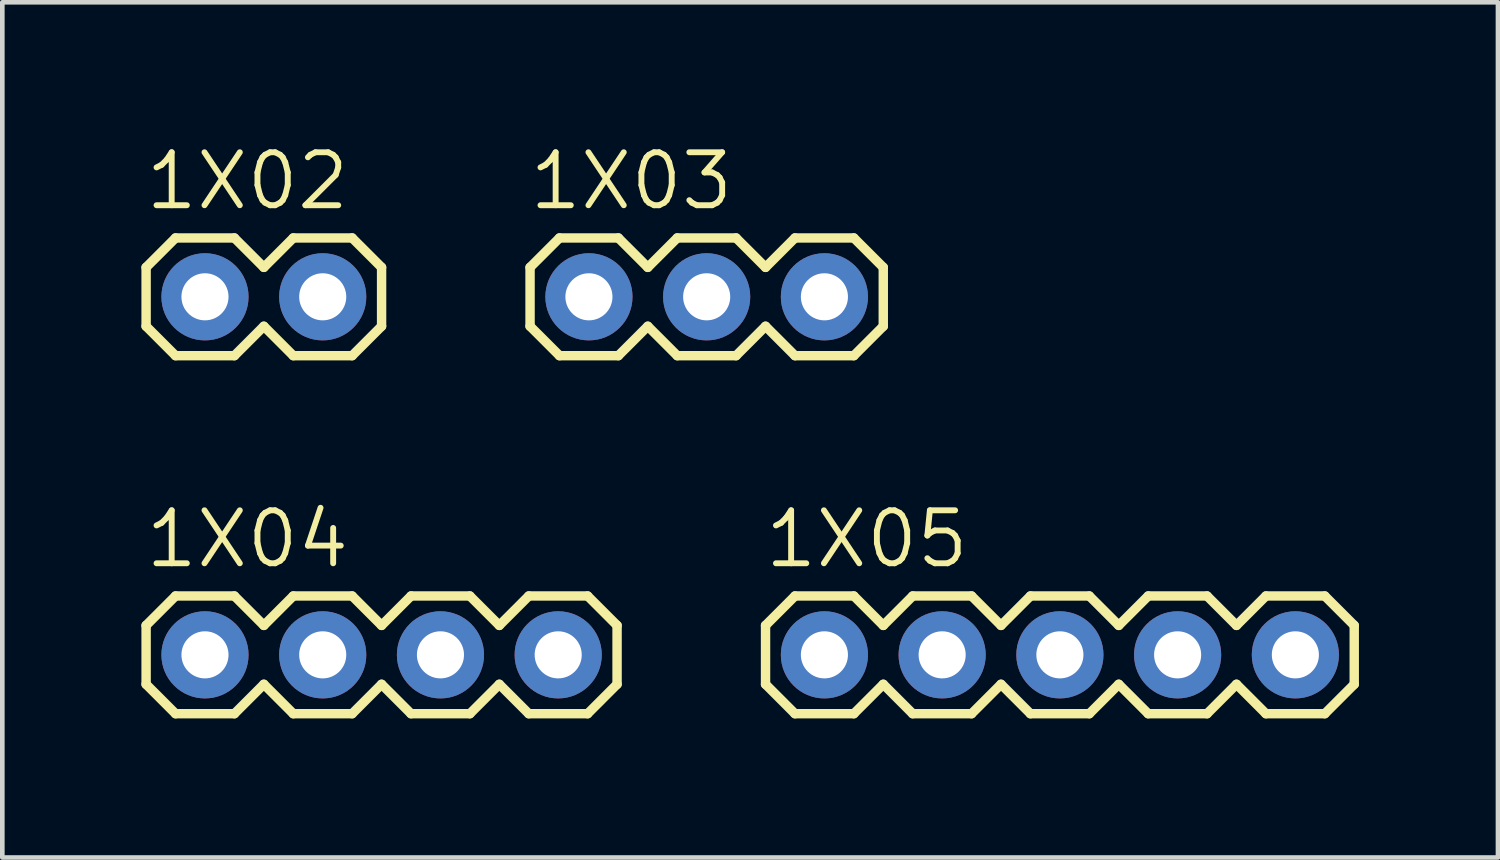
<source format=kicad_pcb>
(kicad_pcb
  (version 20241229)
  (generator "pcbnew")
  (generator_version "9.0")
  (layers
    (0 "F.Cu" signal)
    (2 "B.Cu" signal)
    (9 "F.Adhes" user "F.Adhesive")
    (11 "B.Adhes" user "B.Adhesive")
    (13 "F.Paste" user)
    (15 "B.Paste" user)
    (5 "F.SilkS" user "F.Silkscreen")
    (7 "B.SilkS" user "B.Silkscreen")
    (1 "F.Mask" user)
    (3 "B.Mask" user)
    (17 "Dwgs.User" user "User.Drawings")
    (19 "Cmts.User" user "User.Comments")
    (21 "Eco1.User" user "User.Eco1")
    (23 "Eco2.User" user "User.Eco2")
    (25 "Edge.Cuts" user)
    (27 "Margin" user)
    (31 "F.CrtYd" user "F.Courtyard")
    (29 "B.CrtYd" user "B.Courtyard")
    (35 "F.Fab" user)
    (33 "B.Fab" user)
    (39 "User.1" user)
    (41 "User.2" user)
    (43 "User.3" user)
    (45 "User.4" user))
  (footprint "1X04"
    (layer "F.Cu")
    (at 1.372 11.077)
    (property "Reference" "1X04" (at -1.346 -1.829 0) (layer "F.SilkS") (effects (font (size 1.143 1.143) (thickness 0.127)) (justify left bottom)))
    (fp_line (start -1.27 -0.635) (end -1.27 0.635) (stroke (width 0.203) (type solid)) (layer "F.SilkS"))
    (fp_line (start -1.27 0.635) (end -0.635 1.27) (stroke (width 0.203) (type solid)) (layer "F.SilkS"))
    (fp_line (start -0.635 -1.27) (end -1.27 -0.635) (stroke (width 0.203) (type solid)) (layer "F.SilkS"))
    (fp_line (start -0.635 -1.27) (end 0.635 -1.27) (stroke (width 0.203) (type solid)) (layer "F.SilkS"))
    (fp_line (start 0.635 -1.27) (end 1.27 -0.635) (stroke (width 0.203) (type solid)) (layer "F.SilkS"))
    (fp_line (start 0.635 1.27) (end -0.635 1.27) (stroke (width 0.203) (type solid)) (layer "F.SilkS"))
    (fp_line (start 1.27 -0.635) (end 1.905 -1.27) (stroke (width 0.203) (type solid)) (layer "F.SilkS"))
    (fp_line (start 1.27 0.635) (end 0.635 1.27) (stroke (width 0.203) (type solid)) (layer "F.SilkS"))
    (fp_line (start 1.905 -1.27) (end 3.175 -1.27) (stroke (width 0.203) (type solid)) (layer "F.SilkS"))
    (fp_line (start 1.905 1.27) (end 1.27 0.635) (stroke (width 0.203) (type solid)) (layer "F.SilkS"))
    (fp_line (start 3.175 -1.27) (end 3.81 -0.635) (stroke (width 0.203) (type solid)) (layer "F.SilkS"))
    (fp_line (start 3.175 1.27) (end 1.905 1.27) (stroke (width 0.203) (type solid)) (layer "F.SilkS"))
    (fp_line (start 3.81 -0.635) (end 4.445 -1.27) (stroke (width 0.203) (type solid)) (layer "F.SilkS"))
    (fp_line (start 3.81 0.635) (end 3.175 1.27) (stroke (width 0.203) (type solid)) (layer "F.SilkS"))
    (fp_line (start 4.445 -1.27) (end 5.715 -1.27) (stroke (width 0.203) (type solid)) (layer "F.SilkS"))
    (fp_line (start 4.445 1.27) (end 3.81 0.635) (stroke (width 0.203) (type solid)) (layer "F.SilkS"))
    (fp_line (start 5.715 -1.27) (end 6.35 -0.635) (stroke (width 0.203) (type solid)) (layer "F.SilkS"))
    (fp_line (start 5.715 1.27) (end 4.445 1.27) (stroke (width 0.203) (type solid)) (layer "F.SilkS"))
    (fp_line (start 6.35 0.635) (end 5.715 1.27) (stroke (width 0.203) (type solid)) (layer "F.SilkS"))
    (fp_line (start 6.35 0.635) (end 6.985 1.27) (stroke (width 0.203) (type solid)) (layer "F.SilkS"))
    (fp_line (start 6.985 -1.27) (end 6.35 -0.635) (stroke (width 0.203) (type solid)) (layer "F.SilkS"))
    (fp_line (start 6.985 -1.27) (end 8.255 -1.27) (stroke (width 0.203) (type solid)) (layer "F.SilkS"))
    (fp_line (start 8.255 -1.27) (end 8.89 -0.635) (stroke (width 0.203) (type solid)) (layer "F.SilkS"))
    (fp_line (start 8.255 1.27) (end 6.985 1.27) (stroke (width 0.203) (type solid)) (layer "F.SilkS"))
    (fp_line (start 8.89 -0.635) (end 8.89 0.635) (stroke (width 0.203) (type solid)) (layer "F.SilkS"))
    (fp_line (start 8.89 0.635) (end 8.255 1.27) (stroke (width 0.203) (type solid)) (layer "F.SilkS"))
    (fp_poly (pts (xy -0.254 0.254) (xy 0.254 0.254) (xy 0.254 -0.254) (xy -0.254 -0.254)) (stroke (width 0.1) (type default)) (fill no) (layer "F.Fab"))
    (fp_poly (pts (xy 2.286 0.254) (xy 2.794 0.254) (xy 2.794 -0.254) (xy 2.286 -0.254)) (stroke (width 0.1) (type default)) (fill no) (layer "F.Fab"))
    (fp_poly (pts (xy 4.826 0.254) (xy 5.334 0.254) (xy 5.334 -0.254) (xy 4.826 -0.254)) (stroke (width 0.1) (type default)) (fill no) (layer "F.Fab"))
    (fp_poly (pts (xy 7.366 0.254) (xy 7.874 0.254) (xy 7.874 -0.254) (xy 7.366 -0.254)) (stroke (width 0.1) (type default)) (fill no) (layer "F.Fab"))
    (pad "1" thru_hole circle (at 0 0 90) (size 1.88 1.88) (drill 1.016) (layers "*.Cu" "*.Mask"))
    (pad "2" thru_hole circle (at 2.54 0 90) (size 1.88 1.88) (drill 1.016) (layers "*.Cu" "*.Mask"))
    (pad "3" thru_hole circle (at 5.08 0 90) (size 1.88 1.88) (drill 1.016) (layers "*.Cu" "*.Mask"))
    (pad "4" thru_hole circle (at 7.62 0 90) (size 1.88 1.88) (drill 1.016) (layers "*.Cu" "*.Mask")))
  (footprint "1X03"
    (layer "F.Cu")
    (at 9.655 3.353)
    (property "Reference" "1X03" (at -1.346 -1.829 0) (layer "F.SilkS") (effects (font (size 1.143 1.143) (thickness 0.127)) (justify left bottom)))
    (fp_line (start -1.27 -0.635) (end -1.27 0.635) (stroke (width 0.203) (type solid)) (layer "F.SilkS"))
    (fp_line (start -1.27 0.635) (end -0.635 1.27) (stroke (width 0.203) (type solid)) (layer "F.SilkS"))
    (fp_line (start -0.635 -1.27) (end -1.27 -0.635) (stroke (width 0.203) (type solid)) (layer "F.SilkS"))
    (fp_line (start -0.635 -1.27) (end 0.635 -1.27) (stroke (width 0.203) (type solid)) (layer "F.SilkS"))
    (fp_line (start 0.635 -1.27) (end 1.27 -0.635) (stroke (width 0.203) (type solid)) (layer "F.SilkS"))
    (fp_line (start 0.635 1.27) (end -0.635 1.27) (stroke (width 0.203) (type solid)) (layer "F.SilkS"))
    (fp_line (start 1.27 -0.635) (end 1.905 -1.27) (stroke (width 0.203) (type solid)) (layer "F.SilkS"))
    (fp_line (start 1.27 0.635) (end 0.635 1.27) (stroke (width 0.203) (type solid)) (layer "F.SilkS"))
    (fp_line (start 1.905 -1.27) (end 3.175 -1.27) (stroke (width 0.203) (type solid)) (layer "F.SilkS"))
    (fp_line (start 1.905 1.27) (end 1.27 0.635) (stroke (width 0.203) (type solid)) (layer "F.SilkS"))
    (fp_line (start 3.175 -1.27) (end 3.81 -0.635) (stroke (width 0.203) (type solid)) (layer "F.SilkS"))
    (fp_line (start 3.175 1.27) (end 1.905 1.27) (stroke (width 0.203) (type solid)) (layer "F.SilkS"))
    (fp_line (start 3.81 -0.635) (end 4.445 -1.27) (stroke (width 0.203) (type solid)) (layer "F.SilkS"))
    (fp_line (start 3.81 0.635) (end 3.175 1.27) (stroke (width 0.203) (type solid)) (layer "F.SilkS"))
    (fp_line (start 4.445 -1.27) (end 5.715 -1.27) (stroke (width 0.203) (type solid)) (layer "F.SilkS"))
    (fp_line (start 4.445 1.27) (end 3.81 0.635) (stroke (width 0.203) (type solid)) (layer "F.SilkS"))
    (fp_line (start 5.715 -1.27) (end 6.35 -0.635) (stroke (width 0.203) (type solid)) (layer "F.SilkS"))
    (fp_line (start 5.715 1.27) (end 4.445 1.27) (stroke (width 0.203) (type solid)) (layer "F.SilkS"))
    (fp_line (start 6.35 -0.635) (end 6.35 0.635) (stroke (width 0.203) (type solid)) (layer "F.SilkS"))
    (fp_line (start 6.35 0.635) (end 5.715 1.27) (stroke (width 0.203) (type solid)) (layer "F.SilkS"))
    (fp_poly (pts (xy -0.254 0.254) (xy 0.254 0.254) (xy 0.254 -0.254) (xy -0.254 -0.254)) (stroke (width 0.1) (type default)) (fill no) (layer "F.Fab"))
    (fp_poly (pts (xy 2.286 0.254) (xy 2.794 0.254) (xy 2.794 -0.254) (xy 2.286 -0.254)) (stroke (width 0.1) (type default)) (fill no) (layer "F.Fab"))
    (fp_poly (pts (xy 4.826 0.254) (xy 5.334 0.254) (xy 5.334 -0.254) (xy 4.826 -0.254)) (stroke (width 0.1) (type default)) (fill no) (layer "F.Fab"))
    (pad "1" thru_hole circle (at 0 0 90) (size 1.88 1.88) (drill 1.016) (layers "*.Cu" "*.Mask"))
    (pad "2" thru_hole circle (at 2.54 0 90) (size 1.88 1.88) (drill 1.016) (layers "*.Cu" "*.Mask"))
    (pad "3" thru_hole circle (at 5.08 0 90) (size 1.88 1.88) (drill 1.016) (layers "*.Cu" "*.Mask")))
  (footprint "1X05"
    (layer "F.Cu")
    (at 14.735 11.077)
    (property "Reference" "1X05" (at -1.346 -1.829 0) (layer "F.SilkS") (effects (font (size 1.143 1.143) (thickness 0.127)) (justify left bottom)))
    (fp_line (start -1.27 -0.635) (end -1.27 0.635) (stroke (width 0.203) (type solid)) (layer "F.SilkS"))
    (fp_line (start -1.27 0.635) (end -0.635 1.27) (stroke (width 0.203) (type solid)) (layer "F.SilkS"))
    (fp_line (start -0.635 -1.27) (end -1.27 -0.635) (stroke (width 0.203) (type solid)) (layer "F.SilkS"))
    (fp_line (start -0.635 -1.27) (end 0.635 -1.27) (stroke (width 0.203) (type solid)) (layer "F.SilkS"))
    (fp_line (start 0.635 -1.27) (end 1.27 -0.635) (stroke (width 0.203) (type solid)) (layer "F.SilkS"))
    (fp_line (start 0.635 1.27) (end -0.635 1.27) (stroke (width 0.203) (type solid)) (layer "F.SilkS"))
    (fp_line (start 1.27 -0.635) (end 1.905 -1.27) (stroke (width 0.203) (type solid)) (layer "F.SilkS"))
    (fp_line (start 1.27 0.635) (end 0.635 1.27) (stroke (width 0.203) (type solid)) (layer "F.SilkS"))
    (fp_line (start 1.905 -1.27) (end 3.175 -1.27) (stroke (width 0.203) (type solid)) (layer "F.SilkS"))
    (fp_line (start 1.905 1.27) (end 1.27 0.635) (stroke (width 0.203) (type solid)) (layer "F.SilkS"))
    (fp_line (start 3.175 -1.27) (end 3.81 -0.635) (stroke (width 0.203) (type solid)) (layer "F.SilkS"))
    (fp_line (start 3.175 1.27) (end 1.905 1.27) (stroke (width 0.203) (type solid)) (layer "F.SilkS"))
    (fp_line (start 3.81 -0.635) (end 4.445 -1.27) (stroke (width 0.203) (type solid)) (layer "F.SilkS"))
    (fp_line (start 3.81 0.635) (end 3.175 1.27) (stroke (width 0.203) (type solid)) (layer "F.SilkS"))
    (fp_line (start 4.445 -1.27) (end 5.715 -1.27) (stroke (width 0.203) (type solid)) (layer "F.SilkS"))
    (fp_line (start 4.445 1.27) (end 3.81 0.635) (stroke (width 0.203) (type solid)) (layer "F.SilkS"))
    (fp_line (start 5.715 -1.27) (end 6.35 -0.635) (stroke (width 0.203) (type solid)) (layer "F.SilkS"))
    (fp_line (start 5.715 1.27) (end 4.445 1.27) (stroke (width 0.203) (type solid)) (layer "F.SilkS"))
    (fp_line (start 6.35 0.635) (end 5.715 1.27) (stroke (width 0.203) (type solid)) (layer "F.SilkS"))
    (fp_line (start 6.35 0.635) (end 6.985 1.27) (stroke (width 0.203) (type solid)) (layer "F.SilkS"))
    (fp_line (start 6.985 -1.27) (end 6.35 -0.635) (stroke (width 0.203) (type solid)) (layer "F.SilkS"))
    (fp_line (start 6.985 -1.27) (end 8.255 -1.27) (stroke (width 0.203) (type solid)) (layer "F.SilkS"))
    (fp_line (start 8.255 -1.27) (end 8.89 -0.635) (stroke (width 0.203) (type solid)) (layer "F.SilkS"))
    (fp_line (start 8.255 1.27) (end 6.985 1.27) (stroke (width 0.203) (type solid)) (layer "F.SilkS"))
    (fp_line (start 8.89 -0.635) (end 9.525 -1.27) (stroke (width 0.203) (type solid)) (layer "F.SilkS"))
    (fp_line (start 8.89 0.635) (end 8.255 1.27) (stroke (width 0.203) (type solid)) (layer "F.SilkS"))
    (fp_line (start 9.525 -1.27) (end 10.795 -1.27) (stroke (width 0.203) (type solid)) (layer "F.SilkS"))
    (fp_line (start 9.525 1.27) (end 8.89 0.635) (stroke (width 0.203) (type solid)) (layer "F.SilkS"))
    (fp_line (start 10.795 -1.27) (end 11.43 -0.635) (stroke (width 0.203) (type solid)) (layer "F.SilkS"))
    (fp_line (start 10.795 1.27) (end 9.525 1.27) (stroke (width 0.203) (type solid)) (layer "F.SilkS"))
    (fp_line (start 11.43 -0.635) (end 11.43 0.635) (stroke (width 0.203) (type solid)) (layer "F.SilkS"))
    (fp_line (start 11.43 0.635) (end 10.795 1.27) (stroke (width 0.203) (type solid)) (layer "F.SilkS"))
    (fp_poly (pts (xy -0.254 0.254) (xy 0.254 0.254) (xy 0.254 -0.254) (xy -0.254 -0.254)) (stroke (width 0.1) (type default)) (fill no) (layer "F.Fab"))
    (fp_poly (pts (xy 2.286 0.254) (xy 2.794 0.254) (xy 2.794 -0.254) (xy 2.286 -0.254)) (stroke (width 0.1) (type default)) (fill no) (layer "F.Fab"))
    (fp_poly (pts (xy 4.826 0.254) (xy 5.334 0.254) (xy 5.334 -0.254) (xy 4.826 -0.254)) (stroke (width 0.1) (type default)) (fill no) (layer "F.Fab"))
    (fp_poly (pts (xy 7.366 0.254) (xy 7.874 0.254) (xy 7.874 -0.254) (xy 7.366 -0.254)) (stroke (width 0.1) (type default)) (fill no) (layer "F.Fab"))
    (fp_poly (pts (xy 9.906 0.254) (xy 10.414 0.254) (xy 10.414 -0.254) (xy 9.906 -0.254)) (stroke (width 0.1) (type default)) (fill no) (layer "F.Fab"))
    (pad "1" thru_hole circle (at 0 0 90) (size 1.88 1.88) (drill 1.016) (layers "*.Cu" "*.Mask"))
    (pad "2" thru_hole circle (at 2.54 0 90) (size 1.88 1.88) (drill 1.016) (layers "*.Cu" "*.Mask"))
    (pad "3" thru_hole circle (at 5.08 0 90) (size 1.88 1.88) (drill 1.016) (layers "*.Cu" "*.Mask"))
    (pad "4" thru_hole circle (at 7.62 0 90) (size 1.88 1.88) (drill 1.016) (layers "*.Cu" "*.Mask"))
    (pad "5" thru_hole circle (at 10.16 0 90) (size 1.88 1.88) (drill 1.016) (layers "*.Cu" "*.Mask")))
  (footprint "1X02"
    (layer "F.Cu")
    (at 1.372 3.353)
    (property "Reference" "1X02" (at -1.346 -1.829 0) (layer "F.SilkS") (effects (font (size 1.143 1.143) (thickness 0.127)) (justify left bottom)))
    (fp_line (start -1.27 -0.635) (end -1.27 0.635) (stroke (width 0.203) (type solid)) (layer "F.SilkS"))
    (fp_line (start -1.27 0.635) (end -0.635 1.27) (stroke (width 0.203) (type solid)) (layer "F.SilkS"))
    (fp_line (start -0.635 -1.27) (end -1.27 -0.635) (stroke (width 0.203) (type solid)) (layer "F.SilkS"))
    (fp_line (start -0.635 -1.27) (end 0.635 -1.27) (stroke (width 0.203) (type solid)) (layer "F.SilkS"))
    (fp_line (start 0.635 -1.27) (end 1.27 -0.635) (stroke (width 0.203) (type solid)) (layer "F.SilkS"))
    (fp_line (start 0.635 1.27) (end -0.635 1.27) (stroke (width 0.203) (type solid)) (layer "F.SilkS"))
    (fp_line (start 1.27 -0.635) (end 1.905 -1.27) (stroke (width 0.203) (type solid)) (layer "F.SilkS"))
    (fp_line (start 1.27 0.635) (end 0.635 1.27) (stroke (width 0.203) (type solid)) (layer "F.SilkS"))
    (fp_line (start 1.905 -1.27) (end 3.175 -1.27) (stroke (width 0.203) (type solid)) (layer "F.SilkS"))
    (fp_line (start 1.905 1.27) (end 1.27 0.635) (stroke (width 0.203) (type solid)) (layer "F.SilkS"))
    (fp_line (start 3.175 -1.27) (end 3.81 -0.635) (stroke (width 0.203) (type solid)) (layer "F.SilkS"))
    (fp_line (start 3.175 1.27) (end 1.905 1.27) (stroke (width 0.203) (type solid)) (layer "F.SilkS"))
    (fp_line (start 3.81 -0.635) (end 3.81 0.635) (stroke (width 0.203) (type solid)) (layer "F.SilkS"))
    (fp_line (start 3.81 0.635) (end 3.175 1.27) (stroke (width 0.203) (type solid)) (layer "F.SilkS"))
    (fp_poly (pts (xy -0.254 0.254) (xy 0.254 0.254) (xy 0.254 -0.254) (xy -0.254 -0.254)) (stroke (width 0.1) (type default)) (fill no) (layer "F.Fab"))
    (fp_poly (pts (xy 2.286 0.254) (xy 2.794 0.254) (xy 2.794 -0.254) (xy 2.286 -0.254)) (stroke (width 0.1) (type default)) (fill no) (layer "F.Fab"))
    (pad "1" thru_hole circle (at 0 0 90) (size 1.88 1.88) (drill 1.016) (layers "*.Cu" "*.Mask"))
    (pad "2" thru_hole circle (at 2.54 0 90) (size 1.88 1.88) (drill 1.016) (layers "*.Cu" "*.Mask")))
  (gr_rect
    (start -3 -3)
    (end 29.266 15.449)
    (stroke (width 0.1) (type default))
    (fill no)
    (layer "Edge.Cuts")))
</source>
